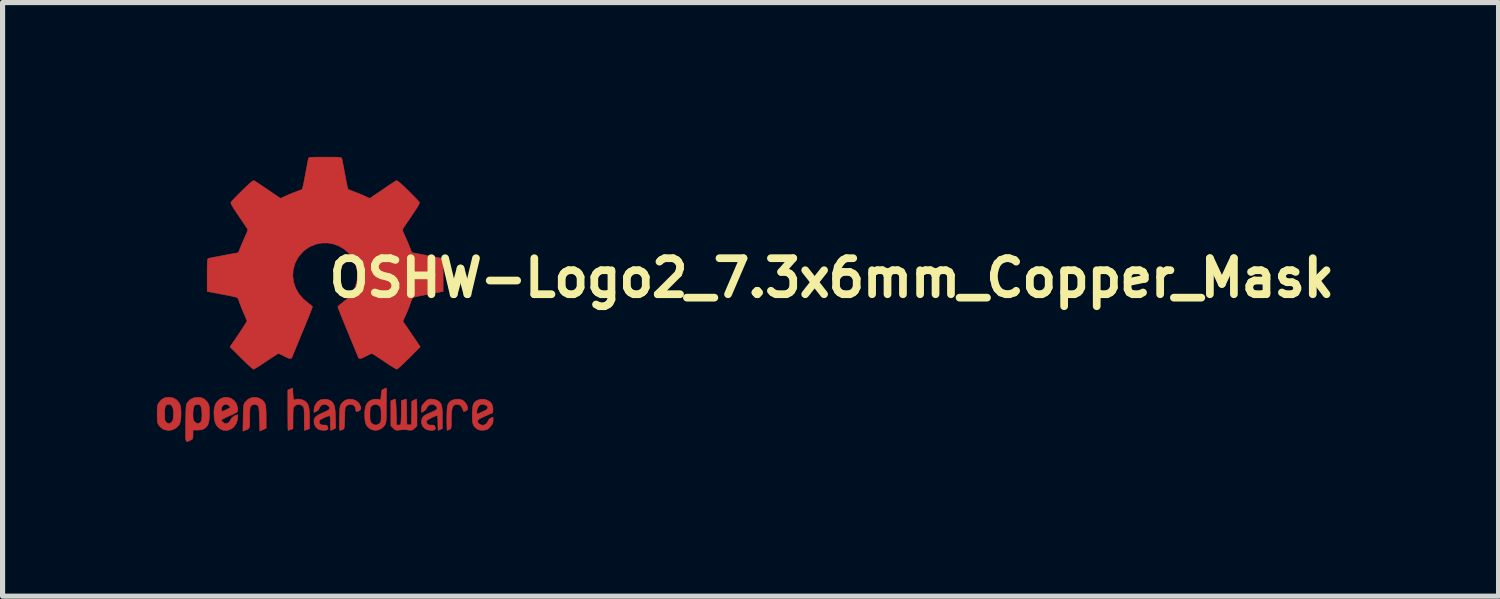
<source format=kicad_pcb>
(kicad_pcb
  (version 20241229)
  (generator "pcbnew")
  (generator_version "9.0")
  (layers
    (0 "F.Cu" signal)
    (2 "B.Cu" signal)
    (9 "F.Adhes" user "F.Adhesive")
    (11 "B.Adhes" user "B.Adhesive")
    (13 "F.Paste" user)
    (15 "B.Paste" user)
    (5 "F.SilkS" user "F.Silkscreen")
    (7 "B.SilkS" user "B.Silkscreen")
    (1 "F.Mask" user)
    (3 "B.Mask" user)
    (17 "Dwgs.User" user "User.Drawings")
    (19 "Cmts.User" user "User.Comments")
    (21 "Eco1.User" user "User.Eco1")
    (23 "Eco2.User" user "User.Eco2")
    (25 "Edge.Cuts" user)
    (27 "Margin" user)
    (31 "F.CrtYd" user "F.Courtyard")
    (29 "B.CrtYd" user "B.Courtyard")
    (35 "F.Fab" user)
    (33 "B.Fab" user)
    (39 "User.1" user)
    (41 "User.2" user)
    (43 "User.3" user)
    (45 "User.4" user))
  (footprint "OSHW-Logo2_7.3x6mm_Copper_Mask"
    (layer "F.Cu")
    (at 3.271 2.763)
    (property "Reference" "OSHW-Logo2_7.3x6mm_Copper_Mask" (at 0 0 0) (layer "F.SilkS") (effects (font (size 0.7 0.7) (thickness 0.15)) (justify left bottom)))
    (attr through_hole board_only exclude_from_pos_files exclude_from_bom)
    (fp_poly (pts (xy 2.652 1.958) (xy 2.669 1.966) (xy 2.711 1.999) (xy 2.746 2.046) (xy 2.768 2.097) (xy 2.772 2.122) (xy 2.76 2.156) (xy 2.734 2.175) (xy 2.705 2.186) (xy 2.693 2.188) (xy 2.686 2.173) (xy 2.674 2.141) (xy 2.669 2.126) (xy 2.638 2.075) (xy 2.594 2.05) (xy 2.538 2.051) (xy 2.533 2.052) (xy 2.503 2.066) (xy 2.481 2.094) (xy 2.466 2.139) (xy 2.457 2.204) (xy 2.453 2.293) (xy 2.452 2.341) (xy 2.452 2.416) (xy 2.451 2.467) (xy 2.448 2.499) (xy 2.442 2.518) (xy 2.431 2.529) (xy 2.416 2.537) (xy 2.415 2.537) (xy 2.386 2.549) (xy 2.372 2.554) (xy 2.37 2.54) (xy 2.368 2.502) (xy 2.366 2.445) (xy 2.365 2.374) (xy 2.365 2.321) (xy 2.366 2.22) (xy 2.37 2.143) (xy 2.377 2.086) (xy 2.389 2.044) (xy 2.407 2.014) (xy 2.432 1.99) (xy 2.457 1.973) (xy 2.517 1.951) (xy 2.586 1.946) (xy 2.652 1.958)) (stroke (width 0.01) (type solid)) (fill yes) (layer "F.Cu"))
    (fp_poly (pts (xy -1.284 1.927) (xy -1.238 1.954) (xy -1.205 1.981) (xy -1.182 2.009) (xy -1.165 2.043) (xy -1.155 2.089) (xy -1.15 2.15) (xy -1.147 2.233) (xy -1.147 2.293) (xy -1.147 2.512) (xy -1.209 2.54) (xy -1.27 2.567) (xy -1.278 2.327) (xy -1.281 2.238) (xy -1.284 2.172) (xy -1.288 2.128) (xy -1.293 2.098) (xy -1.3 2.08) (xy -1.31 2.069) (xy -1.313 2.067) (xy -1.361 2.048) (xy -1.409 2.055) (xy -1.437 2.075) (xy -1.449 2.089) (xy -1.457 2.108) (xy -1.462 2.136) (xy -1.465 2.179) (xy -1.466 2.241) (xy -1.466 2.307) (xy -1.466 2.389) (xy -1.468 2.447) (xy -1.473 2.486) (xy -1.483 2.511) (xy -1.5 2.528) (xy -1.526 2.541) (xy -1.561 2.554) (xy -1.599 2.569) (xy -1.594 2.311) (xy -1.593 2.218) (xy -1.59 2.149) (xy -1.587 2.1) (xy -1.583 2.066) (xy -1.576 2.041) (xy -1.566 2.022) (xy -1.555 2.004) (xy -1.499 1.949) (xy -1.432 1.917) (xy -1.358 1.91) (xy -1.284 1.927)) (stroke (width 0.01) (type solid)) (fill yes) (layer "F.Cu"))
    (fp_poly (pts (xy 0.529 1.949) (xy 0.595 1.974) (xy 0.649 2.017) (xy 0.67 2.047) (xy 0.692 2.102) (xy 0.692 2.143) (xy 0.668 2.17) (xy 0.659 2.174) (xy 0.621 2.189) (xy 0.602 2.185) (xy 0.595 2.161) (xy 0.595 2.148) (xy 0.582 2.099) (xy 0.551 2.064) (xy 0.507 2.048) (xy 0.458 2.052) (xy 0.418 2.074) (xy 0.405 2.086) (xy 0.395 2.101) (xy 0.389 2.124) (xy 0.385 2.159) (xy 0.382 2.212) (xy 0.38 2.287) (xy 0.379 2.311) (xy 0.377 2.393) (xy 0.375 2.451) (xy 0.372 2.489) (xy 0.367 2.513) (xy 0.358 2.526) (xy 0.346 2.534) (xy 0.339 2.538) (xy 0.307 2.55) (xy 0.288 2.554) (xy 0.281 2.54) (xy 0.278 2.499) (xy 0.276 2.43) (xy 0.277 2.333) (xy 0.277 2.318) (xy 0.28 2.229) (xy 0.282 2.165) (xy 0.286 2.119) (xy 0.291 2.086) (xy 0.299 2.063) (xy 0.31 2.043) (xy 0.316 2.035) (xy 0.35 1.998) (xy 0.387 1.969) (xy 0.392 1.966) (xy 0.459 1.946) (xy 0.529 1.949)) (stroke (width 0.01) (type solid)) (fill yes) (layer "F.Cu"))
    (fp_poly (pts (xy -0.625 1.851) (xy -0.62 1.91) (xy -0.615 1.945) (xy -0.609 1.96) (xy -0.599 1.961) (xy -0.596 1.959) (xy -0.553 1.946) (xy -0.497 1.946) (xy -0.441 1.96) (xy -0.405 1.977) (xy -0.369 2.005) (xy -0.343 2.037) (xy -0.325 2.077) (xy -0.313 2.131) (xy -0.307 2.203) (xy -0.305 2.298) (xy -0.305 2.317) (xy -0.305 2.522) (xy -0.351 2.538) (xy -0.383 2.549) (xy -0.401 2.554) (xy -0.402 2.554) (xy -0.404 2.54) (xy -0.405 2.503) (xy -0.406 2.446) (xy -0.407 2.375) (xy -0.407 2.332) (xy -0.407 2.246) (xy -0.408 2.185) (xy -0.411 2.144) (xy -0.415 2.116) (xy -0.423 2.098) (xy -0.434 2.084) (xy -0.44 2.078) (xy -0.487 2.051) (xy -0.538 2.049) (xy -0.584 2.071) (xy -0.593 2.08) (xy -0.606 2.095) (xy -0.614 2.113) (xy -0.62 2.139) (xy -0.623 2.179) (xy -0.624 2.237) (xy -0.625 2.318) (xy -0.625 2.522) (xy -0.67 2.538) (xy -0.703 2.549) (xy -0.721 2.554) (xy -0.722 2.54) (xy -0.724 2.501) (xy -0.725 2.44) (xy -0.725 2.362) (xy -0.726 2.269) (xy -0.726 2.166) (xy -0.726 1.769) (xy -0.679 1.749) (xy -0.632 1.729) (xy -0.625 1.851)) (stroke (width 0.01) (type solid)) (fill yes) (layer "F.Cu"))
    (fp_poly (pts (xy 1.779 1.958) (xy 1.782 1.996) (xy 1.783 2.054) (xy 1.784 2.128) (xy 1.785 2.205) (xy 1.785 2.465) (xy 1.739 2.511) (xy 1.707 2.539) (xy 1.679 2.55) (xy 1.641 2.55) (xy 1.626 2.548) (xy 1.579 2.542) (xy 1.54 2.539) (xy 1.531 2.539) (xy 1.499 2.541) (xy 1.453 2.546) (xy 1.435 2.548) (xy 1.392 2.551) (xy 1.362 2.544) (xy 1.333 2.521) (xy 1.323 2.511) (xy 1.277 2.465) (xy 1.277 1.978) (xy 1.314 1.961) (xy 1.346 1.949) (xy 1.364 1.944) (xy 1.369 1.958) (xy 1.373 1.997) (xy 1.377 2.056) (xy 1.38 2.131) (xy 1.382 2.195) (xy 1.386 2.445) (xy 1.42 2.45) (xy 1.452 2.447) (xy 1.467 2.436) (xy 1.472 2.415) (xy 1.475 2.371) (xy 1.478 2.309) (xy 1.48 2.234) (xy 1.48 2.196) (xy 1.48 1.976) (xy 1.526 1.96) (xy 1.558 1.95) (xy 1.576 1.944) (xy 1.578 1.958) (xy 1.58 1.996) (xy 1.582 2.054) (xy 1.584 2.127) (xy 1.585 2.195) (xy 1.589 2.445) (xy 1.676 2.445) (xy 1.68 2.217) (xy 1.684 1.988) (xy 1.726 1.966) (xy 1.758 1.951) (xy 1.776 1.944) (xy 1.777 1.944) (xy 1.779 1.958)) (stroke (width 0.01) (type solid)) (fill yes) (layer "F.Cu"))
    (fp_poly (pts (xy -2.959 1.921) (xy -2.891 1.957) (xy -2.841 2.015) (xy -2.823 2.052) (xy -2.809 2.107) (xy -2.802 2.178) (xy -2.802 2.254) (xy -2.807 2.329) (xy -2.818 2.394) (xy -2.835 2.44) (xy -2.84 2.448) (xy -2.9 2.508) (xy -2.972 2.544) (xy -3.049 2.555) (xy -3.128 2.538) (xy -3.15 2.529) (xy -3.192 2.499) (xy -3.23 2.459) (xy -3.233 2.454) (xy -3.248 2.43) (xy -3.257 2.404) (xy -3.263 2.37) (xy -3.265 2.321) (xy -3.266 2.25) (xy -3.266 2.235) (xy -3.266 2.23) (xy -3.121 2.23) (xy -3.12 2.296) (xy -3.117 2.34) (xy -3.11 2.368) (xy -3.098 2.388) (xy -3.092 2.394) (xy -3.057 2.419) (xy -3.024 2.418) (xy -2.99 2.397) (xy -2.969 2.374) (xy -2.957 2.34) (xy -2.95 2.287) (xy -2.95 2.281) (xy -2.949 2.185) (xy -2.961 2.114) (xy -2.986 2.068) (xy -3.024 2.047) (xy -3.038 2.046) (xy -3.073 2.052) (xy -3.098 2.071) (xy -3.112 2.109) (xy -3.12 2.168) (xy -3.121 2.23) (xy -3.266 2.23) (xy -3.266 2.16) (xy -3.263 2.108) (xy -3.258 2.071) (xy -3.25 2.045) (xy -3.236 2.021) (xy -3.234 2.017) (xy -3.184 1.958) (xy -3.13 1.923) (xy -3.065 1.91) (xy -3.043 1.909) (xy -2.959 1.921)) (stroke (width 0.01) (type solid)) (fill yes) (layer "F.Cu"))
    (fp_poly (pts (xy 3.153 1.966) (xy 3.211 2.004) (xy 3.238 2.038) (xy 3.26 2.099) (xy 3.262 2.147) (xy 3.258 2.211) (xy 3.109 2.276) (xy 3.037 2.31) (xy 2.99 2.336) (xy 2.965 2.36) (xy 2.961 2.382) (xy 2.974 2.407) (xy 2.989 2.423) (xy 3.033 2.45) (xy 3.081 2.452) (xy 3.125 2.431) (xy 3.157 2.39) (xy 3.163 2.376) (xy 3.19 2.331) (xy 3.222 2.312) (xy 3.265 2.295) (xy 3.265 2.357) (xy 3.261 2.4) (xy 3.246 2.435) (xy 3.215 2.476) (xy 3.21 2.482) (xy 3.175 2.518) (xy 3.145 2.538) (xy 3.107 2.547) (xy 3.076 2.55) (xy 3.02 2.55) (xy 2.98 2.541) (xy 2.955 2.527) (xy 2.916 2.497) (xy 2.889 2.464) (xy 2.872 2.423) (xy 2.863 2.367) (xy 2.859 2.291) (xy 2.859 2.252) (xy 2.86 2.206) (xy 2.948 2.206) (xy 2.949 2.231) (xy 2.951 2.235) (xy 2.968 2.229) (xy 3.004 2.215) (xy 3.052 2.194) (xy 3.062 2.189) (xy 3.123 2.158) (xy 3.156 2.131) (xy 3.163 2.106) (xy 3.146 2.08) (xy 3.131 2.069) (xy 3.079 2.046) (xy 3.03 2.05) (xy 2.989 2.077) (xy 2.96 2.127) (xy 2.951 2.166) (xy 2.948 2.206) (xy 2.86 2.206) (xy 2.861 2.162) (xy 2.868 2.095) (xy 2.881 2.046) (xy 2.904 2.01) (xy 2.936 1.982) (xy 2.95 1.973) (xy 3.015 1.949) (xy 3.085 1.948) (xy 3.153 1.966)) (stroke (width 0.01) (type solid)) (fill yes) (layer "F.Cu"))
    (fp_poly (pts (xy -1.832 1.931) (xy -1.775 1.969) (xy -1.731 2.025) (xy -1.704 2.096) (xy -1.699 2.148) (xy -1.7 2.169) (xy -1.705 2.186) (xy -1.719 2.201) (xy -1.746 2.217) (xy -1.791 2.239) (xy -1.858 2.269) (xy -1.92 2.297) (xy -1.971 2.322) (xy -2.005 2.342) (xy -2.018 2.352) (xy -2.007 2.376) (xy -1.98 2.401) (xy -1.95 2.42) (xy -1.934 2.423) (xy -1.892 2.411) (xy -1.856 2.379) (xy -1.838 2.344) (xy -1.821 2.318) (xy -1.788 2.289) (xy -1.748 2.264) (xy -1.714 2.25) (xy -1.707 2.249) (xy -1.698 2.262) (xy -1.698 2.293) (xy -1.704 2.336) (xy -1.715 2.382) (xy -1.731 2.422) (xy -1.731 2.424) (xy -1.778 2.489) (xy -1.838 2.533) (xy -1.906 2.554) (xy -1.977 2.552) (xy -2.045 2.523) (xy -2.048 2.521) (xy -2.101 2.473) (xy -2.136 2.41) (xy -2.156 2.327) (xy -2.158 2.304) (xy -2.163 2.194) (xy -2.157 2.142) (xy -2.018 2.142) (xy -2.016 2.174) (xy -2.006 2.184) (xy -1.982 2.177) (xy -1.943 2.16) (xy -1.899 2.139) (xy -1.898 2.139) (xy -1.861 2.119) (xy -1.847 2.107) (xy -1.85 2.093) (xy -1.866 2.075) (xy -1.905 2.049) (xy -1.947 2.047) (xy -1.984 2.066) (xy -2.01 2.102) (xy -2.018 2.142) (xy -2.157 2.142) (xy -2.153 2.106) (xy -2.129 2.036) (xy -2.095 1.987) (xy -2.034 1.937) (xy -1.966 1.913) (xy -1.898 1.911) (xy -1.832 1.931)) (stroke (width 0.01) (type solid)) (fill yes) (layer "F.Cu"))
    (fp_poly (pts (xy 1.19 2.065) (xy 1.189 2.173) (xy 1.189 2.257) (xy 1.187 2.319) (xy 1.185 2.365) (xy 1.18 2.397) (xy 1.175 2.42) (xy 1.167 2.438) (xy 1.161 2.449) (xy 1.111 2.505) (xy 1.049 2.541) (xy 0.98 2.554) (xy 0.91 2.542) (xy 0.869 2.521) (xy 0.826 2.485) (xy 0.796 2.441) (xy 0.778 2.383) (xy 0.77 2.306) (xy 0.769 2.249) (xy 0.769 2.245) (xy 0.87 2.245) (xy 0.871 2.31) (xy 0.874 2.353) (xy 0.88 2.381) (xy 0.892 2.401) (xy 0.906 2.417) (xy 0.953 2.446) (xy 1.003 2.449) (xy 1.051 2.424) (xy 1.054 2.421) (xy 1.07 2.403) (xy 1.08 2.383) (xy 1.086 2.352) (xy 1.088 2.304) (xy 1.088 2.251) (xy 1.087 2.185) (xy 1.084 2.141) (xy 1.078 2.112) (xy 1.066 2.091) (xy 1.057 2.08) (xy 1.012 2.052) (xy 0.962 2.048) (xy 0.913 2.07) (xy 0.904 2.078) (xy 0.888 2.095) (xy 0.878 2.116) (xy 0.873 2.147) (xy 0.871 2.196) (xy 0.87 2.245) (xy 0.769 2.245) (xy 0.772 2.158) (xy 0.784 2.09) (xy 0.807 2.038) (xy 0.842 1.998) (xy 0.869 1.977) (xy 0.918 1.955) (xy 0.976 1.945) (xy 1.029 1.948) (xy 1.059 1.959) (xy 1.071 1.962) (xy 1.079 1.95) (xy 1.084 1.918) (xy 1.088 1.87) (xy 1.093 1.816) (xy 1.099 1.784) (xy 1.11 1.765) (xy 1.13 1.753) (xy 1.142 1.748) (xy 1.19 1.728) (xy 1.19 2.065)) (stroke (width 0.01) (type solid)) (fill yes) (layer "F.Cu"))
    (fp_poly (pts (xy 0.039 1.95) (xy 0.096 1.972) (xy 0.097 1.972) (xy 0.132 1.998) (xy 0.158 2.028) (xy 0.176 2.068) (xy 0.188 2.121) (xy 0.196 2.193) (xy 0.2 2.289) (xy 0.2 2.303) (xy 0.205 2.508) (xy 0.161 2.531) (xy 0.129 2.547) (xy 0.11 2.554) (xy 0.109 2.554) (xy 0.106 2.541) (xy 0.103 2.504) (xy 0.101 2.451) (xy 0.101 2.408) (xy 0.101 2.338) (xy 0.098 2.294) (xy 0.087 2.273) (xy 0.063 2.272) (xy 0.022 2.288) (xy -0.04 2.317) (xy -0.086 2.341) (xy -0.11 2.362) (xy -0.117 2.385) (xy -0.117 2.386) (xy -0.105 2.426) (xy -0.071 2.447) (xy -0.02 2.45) (xy 0.018 2.45) (xy 0.037 2.46) (xy 0.049 2.486) (xy 0.057 2.519) (xy 0.046 2.537) (xy 0.043 2.54) (xy 0.007 2.551) (xy -0.044 2.552) (xy -0.096 2.545) (xy -0.133 2.532) (xy -0.184 2.489) (xy -0.212 2.429) (xy -0.218 2.382) (xy -0.214 2.34) (xy -0.198 2.305) (xy -0.167 2.274) (xy -0.116 2.243) (xy -0.041 2.209) (xy -0.037 2.207) (xy 0.03 2.176) (xy 0.072 2.15) (xy 0.089 2.128) (xy 0.086 2.104) (xy 0.062 2.078) (xy 0.055 2.071) (xy 0.008 2.048) (xy -0.041 2.049) (xy -0.083 2.072) (xy -0.111 2.115) (xy -0.114 2.124) (xy -0.139 2.165) (xy -0.171 2.185) (xy -0.218 2.204) (xy -0.218 2.153) (xy -0.204 2.08) (xy -0.162 2.012) (xy -0.14 1.989) (xy -0.09 1.96) (xy -0.027 1.947) (xy 0.039 1.95)) (stroke (width 0.01) (type solid)) (fill yes) (layer "F.Cu"))
    (fp_poly (pts (xy -2.401 1.919) (xy -2.345 1.947) (xy -2.296 1.998) (xy -2.283 2.017) (xy -2.268 2.042) (xy -2.259 2.068) (xy -2.253 2.104) (xy -2.251 2.156) (xy -2.25 2.224) (xy -2.253 2.317) (xy -2.261 2.387) (xy -2.277 2.439) (xy -2.303 2.479) (xy -2.34 2.512) (xy -2.343 2.514) (xy -2.379 2.534) (xy -2.423 2.544) (xy -2.479 2.547) (xy -2.569 2.547) (xy -2.569 2.635) (xy -2.57 2.684) (xy -2.575 2.713) (xy -2.589 2.73) (xy -2.615 2.744) (xy -2.621 2.747) (xy -2.65 2.761) (xy -2.672 2.77) (xy -2.689 2.771) (xy -2.7 2.761) (xy -2.708 2.737) (xy -2.712 2.696) (xy -2.714 2.636) (xy -2.713 2.553) (xy -2.712 2.445) (xy -2.712 2.412) (xy -2.71 2.301) (xy -2.709 2.228) (xy -2.57 2.228) (xy -2.569 2.29) (xy -2.565 2.33) (xy -2.557 2.357) (xy -2.543 2.378) (xy -2.534 2.388) (xy -2.495 2.417) (xy -2.461 2.419) (xy -2.425 2.395) (xy -2.424 2.394) (xy -2.41 2.376) (xy -2.401 2.35) (xy -2.397 2.311) (xy -2.395 2.251) (xy -2.395 2.238) (xy -2.399 2.155) (xy -2.41 2.098) (xy -2.429 2.063) (xy -2.459 2.048) (xy -2.476 2.046) (xy -2.517 2.053) (xy -2.545 2.078) (xy -2.561 2.122) (xy -2.569 2.191) (xy -2.57 2.228) (xy -2.709 2.228) (xy -2.709 2.215) (xy -2.707 2.15) (xy -2.704 2.102) (xy -2.7 2.069) (xy -2.695 2.045) (xy -2.687 2.027) (xy -2.678 2.012) (xy -2.674 2.006) (xy -2.619 1.951) (xy -2.55 1.919) (xy -2.47 1.911) (xy -2.401 1.919)) (stroke (width 0.01) (type solid)) (fill yes) (layer "F.Cu"))
    (fp_poly (pts (xy 2.144 1.956) (xy 2.186 1.975) (xy 2.219 1.998) (xy 2.243 2.024) (xy 2.26 2.057) (xy 2.27 2.102) (xy 2.276 2.165) (xy 2.278 2.249) (xy 2.278 2.304) (xy 2.278 2.52) (xy 2.241 2.537) (xy 2.212 2.549) (xy 2.198 2.554) (xy 2.195 2.541) (xy 2.193 2.504) (xy 2.191 2.451) (xy 2.191 2.409) (xy 2.19 2.348) (xy 2.187 2.3) (xy 2.182 2.27) (xy 2.178 2.264) (xy 2.152 2.27) (xy 2.112 2.287) (xy 2.065 2.309) (xy 2.02 2.333) (xy 1.986 2.354) (xy 1.97 2.369) (xy 1.969 2.369) (xy 1.971 2.397) (xy 1.983 2.423) (xy 2.005 2.444) (xy 2.037 2.451) (xy 2.065 2.45) (xy 2.103 2.45) (xy 2.124 2.459) (xy 2.136 2.483) (xy 2.137 2.487) (xy 2.143 2.521) (xy 2.129 2.542) (xy 2.092 2.552) (xy 2.052 2.554) (xy 1.98 2.54) (xy 1.943 2.521) (xy 1.897 2.475) (xy 1.873 2.419) (xy 1.871 2.36) (xy 1.891 2.305) (xy 1.922 2.271) (xy 1.953 2.252) (xy 2.001 2.227) (xy 2.058 2.202) (xy 2.067 2.199) (xy 2.13 2.171) (xy 2.165 2.147) (xy 2.177 2.123) (xy 2.166 2.096) (xy 2.148 2.075) (xy 2.104 2.049) (xy 2.056 2.047) (xy 2.012 2.067) (xy 1.98 2.107) (xy 1.976 2.117) (xy 1.952 2.155) (xy 1.916 2.183) (xy 1.872 2.206) (xy 1.872 2.141) (xy 1.874 2.101) (xy 1.886 2.069) (xy 1.911 2.036) (xy 1.935 2.01) (xy 1.972 1.973) (xy 2.001 1.954) (xy 2.032 1.946) (xy 2.067 1.944) (xy 2.144 1.956)) (stroke (width 0.01) (type solid)) (fill yes) (layer "F.Cu"))
    (fp_poly (pts (xy 0.103 -2.758) (xy 0.182 -2.758) (xy 0.239 -2.757) (xy 0.278 -2.754) (xy 0.302 -2.751) (xy 0.316 -2.745) (xy 0.322 -2.737) (xy 0.326 -2.727) (xy 0.326 -2.726) (xy 0.331 -2.701) (xy 0.34 -2.654) (xy 0.353 -2.588) (xy 0.368 -2.508) (xy 0.384 -2.421) (xy 0.385 -2.418) (xy 0.401 -2.332) (xy 0.416 -2.256) (xy 0.429 -2.194) (xy 0.44 -2.152) (xy 0.446 -2.134) (xy 0.446 -2.133) (xy 0.464 -2.124) (xy 0.502 -2.109) (xy 0.551 -2.091) (xy 0.613 -2.068) (xy 0.685 -2.039) (xy 0.754 -2.009) (xy 0.757 -2.007) (xy 0.868 -1.957) (xy 1.115 -2.125) (xy 1.191 -2.177) (xy 1.259 -2.223) (xy 1.317 -2.26) (xy 1.359 -2.288) (xy 1.382 -2.302) (xy 1.385 -2.303) (xy 1.402 -2.298) (xy 1.433 -2.276) (xy 1.481 -2.235) (xy 1.546 -2.175) (xy 1.612 -2.11) (xy 1.676 -2.047) (xy 1.733 -1.989) (xy 1.78 -1.94) (xy 1.813 -1.904) (xy 1.83 -1.885) (xy 1.83 -1.883) (xy 1.832 -1.87) (xy 1.825 -1.848) (xy 1.808 -1.814) (xy 1.779 -1.766) (xy 1.736 -1.7) (xy 1.679 -1.615) (xy 1.628 -1.54) (xy 1.583 -1.473) (xy 1.546 -1.418) (xy 1.519 -1.378) (xy 1.505 -1.358) (xy 1.505 -1.356) (xy 1.506 -1.336) (xy 1.519 -1.298) (xy 1.54 -1.249) (xy 1.547 -1.233) (xy 1.579 -1.162) (xy 1.614 -1.082) (xy 1.642 -1.013) (xy 1.662 -0.961) (xy 1.678 -0.922) (xy 1.687 -0.902) (xy 1.689 -0.9) (xy 1.706 -0.898) (xy 1.746 -0.891) (xy 1.804 -0.88) (xy 1.874 -0.867) (xy 1.952 -0.852) (xy 2.031 -0.837) (xy 2.107 -0.822) (xy 2.174 -0.809) (xy 2.226 -0.799) (xy 2.259 -0.792) (xy 2.267 -0.79) (xy 2.276 -0.786) (xy 2.282 -0.775) (xy 2.287 -0.754) (xy 2.29 -0.721) (xy 2.291 -0.67) (xy 2.292 -0.599) (xy 2.293 -0.504) (xy 2.293 -0.465) (xy 2.293 -0.148) (xy 2.217 -0.133) (xy 2.174 -0.125) (xy 2.111 -0.113) (xy 2.034 -0.098) (xy 1.953 -0.083) (xy 1.93 -0.079) (xy 1.854 -0.064) (xy 1.788 -0.05) (xy 1.738 -0.037) (xy 1.708 -0.027) (xy 1.703 -0.024) (xy 1.691 -0.003) (xy 1.673 0.037) (xy 1.654 0.09) (xy 1.65 0.101) (xy 1.625 0.171) (xy 1.593 0.25) (xy 1.562 0.321) (xy 1.511 0.432) (xy 1.68 0.681) (xy 1.849 0.929) (xy 1.632 1.147) (xy 1.566 1.211) (xy 1.506 1.268) (xy 1.456 1.315) (xy 1.418 1.347) (xy 1.395 1.363) (xy 1.392 1.364) (xy 1.373 1.356) (xy 1.335 1.334) (xy 1.281 1.301) (xy 1.216 1.259) (xy 1.145 1.211) (xy 1.074 1.163) (xy 1.01 1.121) (xy 0.959 1.088) (xy 0.922 1.067) (xy 0.906 1.059) (xy 0.887 1.066) (xy 0.849 1.083) (xy 0.802 1.107) (xy 0.797 1.11) (xy 0.733 1.141) (xy 0.69 1.157) (xy 0.663 1.157) (xy 0.649 1.143) (xy 0.648 1.142) (xy 0.641 1.125) (xy 0.625 1.084) (xy 0.599 1.023) (xy 0.567 0.944) (xy 0.528 0.851) (xy 0.485 0.748) (xy 0.444 0.647) (xy 0.398 0.536) (xy 0.356 0.433) (xy 0.319 0.342) (xy 0.288 0.265) (xy 0.265 0.205) (xy 0.251 0.167) (xy 0.246 0.152) (xy 0.257 0.136) (xy 0.287 0.109) (xy 0.325 0.08) (xy 0.436 -0.011) (xy 0.523 -0.117) (xy 0.584 -0.233) (xy 0.619 -0.359) (xy 0.627 -0.491) (xy 0.621 -0.552) (xy 0.591 -0.679) (xy 0.537 -0.791) (xy 0.465 -0.886) (xy 0.377 -0.965) (xy 0.277 -1.026) (xy 0.168 -1.068) (xy 0.053 -1.089) (xy -0.065 -1.089) (xy -0.182 -1.066) (xy -0.295 -1.02) (xy -0.4 -0.949) (xy -0.444 -0.909) (xy -0.529 -0.805) (xy -0.587 -0.693) (xy -0.621 -0.573) (xy -0.629 -0.451) (xy -0.614 -0.33) (xy -0.574 -0.211) (xy -0.51 -0.1) (xy -0.423 0.001) (xy -0.326 0.08) (xy -0.286 0.111) (xy -0.258 0.137) (xy -0.247 0.152) (xy -0.253 0.169) (xy -0.268 0.21) (xy -0.292 0.271) (xy -0.323 0.35) (xy -0.361 0.442) (xy -0.403 0.546) (xy -0.445 0.647) (xy -0.491 0.758) (xy -0.533 0.861) (xy -0.571 0.953) (xy -0.603 1.03) (xy -0.628 1.089) (xy -0.644 1.128) (xy -0.65 1.142) (xy -0.664 1.157) (xy -0.691 1.157) (xy -0.734 1.142) (xy -0.798 1.11) (xy -0.846 1.085) (xy -0.885 1.067) (xy -0.906 1.059) (xy -0.907 1.059) (xy -0.924 1.067) (xy -0.96 1.089) (xy -1.012 1.122) (xy -1.076 1.164) (xy -1.146 1.211) (xy -1.218 1.26) (xy -1.283 1.302) (xy -1.337 1.335) (xy -1.375 1.356) (xy -1.393 1.364) (xy -1.41 1.354) (xy -1.443 1.326) (xy -1.49 1.284) (xy -1.548 1.23) (xy -1.612 1.167) (xy -1.633 1.146) (xy -1.85 0.929) (xy -1.685 0.687) (xy -1.635 0.612) (xy -1.591 0.545) (xy -1.555 0.49) (xy -1.531 0.45) (xy -1.52 0.43) (xy -1.52 0.428) (xy -1.525 0.409) (xy -1.541 0.369) (xy -1.563 0.317) (xy -1.579 0.282) (xy -1.608 0.215) (xy -1.635 0.147) (xy -1.657 0.09) (xy -1.663 0.072) (xy -1.679 0.025) (xy -1.695 -0.011) (xy -1.704 -0.024) (xy -1.724 -0.033) (xy -1.766 -0.044) (xy -1.826 -0.058) (xy -1.899 -0.073) (xy -1.931 -0.079) (xy -2.013 -0.094) (xy -2.092 -0.109) (xy -2.159 -0.122) (xy -2.208 -0.131) (xy -2.218 -0.133) (xy -2.294 -0.148) (xy -2.294 -0.465) (xy -2.294 -0.569) (xy -2.293 -0.648) (xy -2.291 -0.705) (xy -2.289 -0.745) (xy -2.285 -0.769) (xy -2.279 -0.783) (xy -2.271 -0.789) (xy -2.268 -0.79) (xy -2.25 -0.795) (xy -2.208 -0.803) (xy -2.149 -0.815) (xy -2.078 -0.828) (xy -2 -0.843) (xy -1.921 -0.858) (xy -1.845 -0.872) (xy -1.779 -0.885) (xy -1.728 -0.894) (xy -1.697 -0.899) (xy -1.69 -0.9) (xy -1.683 -0.913) (xy -1.669 -0.946) (xy -1.65 -0.994) (xy -1.643 -1.013) (xy -1.614 -1.085) (xy -1.579 -1.165) (xy -1.548 -1.233) (xy -1.525 -1.284) (xy -1.51 -1.327) (xy -1.505 -1.353) (xy -1.506 -1.356) (xy -1.516 -1.373) (xy -1.541 -1.409) (xy -1.576 -1.462) (xy -1.62 -1.527) (xy -1.67 -1.6) (xy -1.68 -1.615) (xy -1.738 -1.701) (xy -1.781 -1.766) (xy -1.809 -1.814) (xy -1.826 -1.848) (xy -1.833 -1.87) (xy -1.831 -1.883) (xy -1.817 -1.901) (xy -1.785 -1.936) (xy -1.739 -1.983) (xy -1.683 -2.04) (xy -1.62 -2.103) (xy -1.613 -2.11) (xy -1.533 -2.187) (xy -1.472 -2.244) (xy -1.427 -2.281) (xy -1.398 -2.3) (xy -1.386 -2.303) (xy -1.367 -2.292) (xy -1.329 -2.268) (xy -1.274 -2.232) (xy -1.208 -2.188) (xy -1.133 -2.137) (xy -1.116 -2.125) (xy -0.869 -1.957) (xy -0.758 -2.007) (xy -0.69 -2.037) (xy -0.617 -2.067) (xy -0.555 -2.09) (xy -0.552 -2.091) (xy -0.503 -2.109) (xy -0.465 -2.124) (xy -0.447 -2.133) (xy -0.441 -2.15) (xy -0.431 -2.19) (xy -0.418 -2.25) (xy -0.403 -2.325) (xy -0.387 -2.41) (xy -0.386 -2.418) (xy -0.369 -2.505) (xy -0.354 -2.585) (xy -0.342 -2.652) (xy -0.332 -2.7) (xy -0.327 -2.725) (xy -0.327 -2.726) (xy -0.324 -2.736) (xy -0.318 -2.744) (xy -0.305 -2.75) (xy -0.282 -2.754) (xy -0.245 -2.756) (xy -0.19 -2.758) (xy -0.114 -2.758) (xy -0.014 -2.758) (xy 0 -2.758) (xy 0.103 -2.758)) (stroke (width 0.01) (type solid)) (fill yes) (layer "F.Cu"))
    (fp_poly (pts (xy 2.652 1.958) (xy 2.669 1.966) (xy 2.711 1.999) (xy 2.746 2.046) (xy 2.768 2.097) (xy 2.772 2.122) (xy 2.76 2.156) (xy 2.734 2.175) (xy 2.705 2.186) (xy 2.693 2.188) (xy 2.686 2.173) (xy 2.674 2.141) (xy 2.669 2.126) (xy 2.638 2.075) (xy 2.594 2.05) (xy 2.538 2.051) (xy 2.533 2.052) (xy 2.503 2.066) (xy 2.481 2.094) (xy 2.466 2.139) (xy 2.457 2.204) (xy 2.453 2.293) (xy 2.452 2.341) (xy 2.452 2.416) (xy 2.451 2.467) (xy 2.448 2.499) (xy 2.442 2.518) (xy 2.431 2.529) (xy 2.416 2.537) (xy 2.415 2.537) (xy 2.386 2.549) (xy 2.372 2.554) (xy 2.37 2.54) (xy 2.368 2.502) (xy 2.366 2.445) (xy 2.365 2.374) (xy 2.365 2.321) (xy 2.366 2.22) (xy 2.37 2.143) (xy 2.377 2.086) (xy 2.389 2.044) (xy 2.407 2.014) (xy 2.432 1.99) (xy 2.457 1.973) (xy 2.517 1.951) (xy 2.586 1.946) (xy 2.652 1.958)) (stroke (width 0.01) (type solid)) (fill yes) (layer "F.Mask"))
    (fp_poly (pts (xy -1.284 1.927) (xy -1.238 1.954) (xy -1.205 1.981) (xy -1.182 2.009) (xy -1.165 2.043) (xy -1.155 2.089) (xy -1.15 2.15) (xy -1.147 2.233) (xy -1.147 2.293) (xy -1.147 2.512) (xy -1.209 2.54) (xy -1.27 2.567) (xy -1.278 2.327) (xy -1.281 2.238) (xy -1.284 2.172) (xy -1.288 2.128) (xy -1.293 2.098) (xy -1.3 2.08) (xy -1.31 2.069) (xy -1.313 2.067) (xy -1.361 2.048) (xy -1.409 2.055) (xy -1.437 2.075) (xy -1.449 2.089) (xy -1.457 2.108) (xy -1.462 2.136) (xy -1.465 2.179) (xy -1.466 2.241) (xy -1.466 2.307) (xy -1.466 2.389) (xy -1.468 2.447) (xy -1.473 2.486) (xy -1.483 2.511) (xy -1.5 2.528) (xy -1.526 2.541) (xy -1.561 2.554) (xy -1.599 2.569) (xy -1.594 2.311) (xy -1.593 2.218) (xy -1.59 2.149) (xy -1.587 2.1) (xy -1.583 2.066) (xy -1.576 2.041) (xy -1.566 2.022) (xy -1.555 2.004) (xy -1.499 1.949) (xy -1.432 1.917) (xy -1.358 1.91) (xy -1.284 1.927)) (stroke (width 0.01) (type solid)) (fill yes) (layer "F.Mask"))
    (fp_poly (pts (xy 0.529 1.949) (xy 0.595 1.974) (xy 0.649 2.017) (xy 0.67 2.047) (xy 0.692 2.102) (xy 0.692 2.143) (xy 0.668 2.17) (xy 0.659 2.174) (xy 0.621 2.189) (xy 0.602 2.185) (xy 0.595 2.161) (xy 0.595 2.148) (xy 0.582 2.099) (xy 0.551 2.064) (xy 0.507 2.048) (xy 0.458 2.052) (xy 0.418 2.074) (xy 0.405 2.086) (xy 0.395 2.101) (xy 0.389 2.124) (xy 0.385 2.159) (xy 0.382 2.212) (xy 0.38 2.287) (xy 0.379 2.311) (xy 0.377 2.393) (xy 0.375 2.451) (xy 0.372 2.489) (xy 0.367 2.513) (xy 0.358 2.526) (xy 0.346 2.534) (xy 0.339 2.538) (xy 0.307 2.55) (xy 0.288 2.554) (xy 0.281 2.54) (xy 0.278 2.499) (xy 0.276 2.43) (xy 0.277 2.333) (xy 0.277 2.318) (xy 0.28 2.229) (xy 0.282 2.165) (xy 0.286 2.119) (xy 0.291 2.086) (xy 0.299 2.063) (xy 0.31 2.043) (xy 0.316 2.035) (xy 0.35 1.998) (xy 0.387 1.969) (xy 0.392 1.966) (xy 0.459 1.946) (xy 0.529 1.949)) (stroke (width 0.01) (type solid)) (fill yes) (layer "F.Mask"))
    (fp_poly (pts (xy -0.625 1.851) (xy -0.62 1.91) (xy -0.615 1.945) (xy -0.609 1.96) (xy -0.599 1.961) (xy -0.596 1.959) (xy -0.553 1.946) (xy -0.497 1.946) (xy -0.441 1.96) (xy -0.405 1.977) (xy -0.369 2.005) (xy -0.343 2.037) (xy -0.325 2.077) (xy -0.313 2.131) (xy -0.307 2.203) (xy -0.305 2.298) (xy -0.305 2.317) (xy -0.305 2.522) (xy -0.351 2.538) (xy -0.383 2.549) (xy -0.401 2.554) (xy -0.402 2.554) (xy -0.404 2.54) (xy -0.405 2.503) (xy -0.406 2.446) (xy -0.407 2.375) (xy -0.407 2.332) (xy -0.407 2.246) (xy -0.408 2.185) (xy -0.411 2.144) (xy -0.415 2.116) (xy -0.423 2.098) (xy -0.434 2.084) (xy -0.44 2.078) (xy -0.487 2.051) (xy -0.538 2.049) (xy -0.584 2.071) (xy -0.593 2.08) (xy -0.606 2.095) (xy -0.614 2.113) (xy -0.62 2.139) (xy -0.623 2.179) (xy -0.624 2.237) (xy -0.625 2.318) (xy -0.625 2.522) (xy -0.67 2.538) (xy -0.703 2.549) (xy -0.721 2.554) (xy -0.722 2.54) (xy -0.724 2.501) (xy -0.725 2.44) (xy -0.725 2.362) (xy -0.726 2.269) (xy -0.726 2.166) (xy -0.726 1.769) (xy -0.679 1.749) (xy -0.632 1.729) (xy -0.625 1.851)) (stroke (width 0.01) (type solid)) (fill yes) (layer "F.Mask"))
    (fp_poly (pts (xy 1.779 1.958) (xy 1.782 1.996) (xy 1.783 2.054) (xy 1.784 2.128) (xy 1.785 2.205) (xy 1.785 2.465) (xy 1.739 2.511) (xy 1.707 2.539) (xy 1.679 2.55) (xy 1.641 2.55) (xy 1.626 2.548) (xy 1.579 2.542) (xy 1.54 2.539) (xy 1.531 2.539) (xy 1.499 2.541) (xy 1.453 2.546) (xy 1.435 2.548) (xy 1.392 2.551) (xy 1.362 2.544) (xy 1.333 2.521) (xy 1.323 2.511) (xy 1.277 2.465) (xy 1.277 1.978) (xy 1.314 1.961) (xy 1.346 1.949) (xy 1.364 1.944) (xy 1.369 1.958) (xy 1.373 1.997) (xy 1.377 2.056) (xy 1.38 2.131) (xy 1.382 2.195) (xy 1.386 2.445) (xy 1.42 2.45) (xy 1.452 2.447) (xy 1.467 2.436) (xy 1.472 2.415) (xy 1.475 2.371) (xy 1.478 2.309) (xy 1.48 2.234) (xy 1.48 2.196) (xy 1.48 1.976) (xy 1.526 1.96) (xy 1.558 1.95) (xy 1.576 1.944) (xy 1.578 1.958) (xy 1.58 1.996) (xy 1.582 2.054) (xy 1.584 2.127) (xy 1.585 2.195) (xy 1.589 2.445) (xy 1.676 2.445) (xy 1.68 2.217) (xy 1.684 1.988) (xy 1.726 1.966) (xy 1.758 1.951) (xy 1.776 1.944) (xy 1.777 1.944) (xy 1.779 1.958)) (stroke (width 0.01) (type solid)) (fill yes) (layer "F.Mask"))
    (fp_poly (pts (xy -2.959 1.921) (xy -2.891 1.957) (xy -2.841 2.015) (xy -2.823 2.052) (xy -2.809 2.107) (xy -2.802 2.178) (xy -2.802 2.254) (xy -2.807 2.329) (xy -2.818 2.394) (xy -2.835 2.44) (xy -2.84 2.448) (xy -2.9 2.508) (xy -2.972 2.544) (xy -3.049 2.555) (xy -3.128 2.538) (xy -3.15 2.529) (xy -3.192 2.499) (xy -3.23 2.459) (xy -3.233 2.454) (xy -3.248 2.43) (xy -3.257 2.404) (xy -3.263 2.37) (xy -3.265 2.321) (xy -3.266 2.25) (xy -3.266 2.235) (xy -3.266 2.23) (xy -3.121 2.23) (xy -3.12 2.296) (xy -3.117 2.34) (xy -3.11 2.368) (xy -3.098 2.388) (xy -3.092 2.394) (xy -3.057 2.419) (xy -3.024 2.418) (xy -2.99 2.397) (xy -2.969 2.374) (xy -2.957 2.34) (xy -2.95 2.287) (xy -2.95 2.281) (xy -2.949 2.185) (xy -2.961 2.114) (xy -2.986 2.068) (xy -3.024 2.047) (xy -3.038 2.046) (xy -3.073 2.052) (xy -3.098 2.071) (xy -3.112 2.109) (xy -3.12 2.168) (xy -3.121 2.23) (xy -3.266 2.23) (xy -3.266 2.16) (xy -3.263 2.108) (xy -3.258 2.071) (xy -3.25 2.045) (xy -3.236 2.021) (xy -3.234 2.017) (xy -3.184 1.958) (xy -3.13 1.923) (xy -3.065 1.91) (xy -3.043 1.909) (xy -2.959 1.921)) (stroke (width 0.01) (type solid)) (fill yes) (layer "F.Mask"))
    (fp_poly (pts (xy 3.153 1.966) (xy 3.211 2.004) (xy 3.238 2.038) (xy 3.26 2.099) (xy 3.262 2.147) (xy 3.258 2.211) (xy 3.109 2.276) (xy 3.037 2.31) (xy 2.99 2.336) (xy 2.965 2.36) (xy 2.961 2.382) (xy 2.974 2.407) (xy 2.989 2.423) (xy 3.033 2.45) (xy 3.081 2.452) (xy 3.125 2.431) (xy 3.157 2.39) (xy 3.163 2.376) (xy 3.19 2.331) (xy 3.222 2.312) (xy 3.265 2.295) (xy 3.265 2.357) (xy 3.261 2.4) (xy 3.246 2.435) (xy 3.215 2.476) (xy 3.21 2.482) (xy 3.175 2.518) (xy 3.145 2.538) (xy 3.107 2.547) (xy 3.076 2.55) (xy 3.02 2.55) (xy 2.98 2.541) (xy 2.955 2.527) (xy 2.916 2.497) (xy 2.889 2.464) (xy 2.872 2.423) (xy 2.863 2.367) (xy 2.859 2.291) (xy 2.859 2.252) (xy 2.86 2.206) (xy 2.948 2.206) (xy 2.949 2.231) (xy 2.951 2.235) (xy 2.968 2.229) (xy 3.004 2.215) (xy 3.052 2.194) (xy 3.062 2.189) (xy 3.123 2.158) (xy 3.156 2.131) (xy 3.163 2.106) (xy 3.146 2.08) (xy 3.131 2.069) (xy 3.079 2.046) (xy 3.03 2.05) (xy 2.989 2.077) (xy 2.96 2.127) (xy 2.951 2.166) (xy 2.948 2.206) (xy 2.86 2.206) (xy 2.861 2.162) (xy 2.868 2.095) (xy 2.881 2.046) (xy 2.904 2.01) (xy 2.936 1.982) (xy 2.95 1.973) (xy 3.015 1.949) (xy 3.085 1.948) (xy 3.153 1.966)) (stroke (width 0.01) (type solid)) (fill yes) (layer "F.Mask"))
    (fp_poly (pts (xy -1.832 1.931) (xy -1.775 1.969) (xy -1.731 2.025) (xy -1.704 2.096) (xy -1.699 2.148) (xy -1.7 2.169) (xy -1.705 2.186) (xy -1.719 2.201) (xy -1.746 2.217) (xy -1.791 2.239) (xy -1.858 2.269) (xy -1.92 2.297) (xy -1.971 2.322) (xy -2.005 2.342) (xy -2.018 2.352) (xy -2.007 2.376) (xy -1.98 2.401) (xy -1.95 2.42) (xy -1.934 2.423) (xy -1.892 2.411) (xy -1.856 2.379) (xy -1.838 2.344) (xy -1.821 2.318) (xy -1.788 2.289) (xy -1.748 2.264) (xy -1.714 2.25) (xy -1.707 2.249) (xy -1.698 2.262) (xy -1.698 2.293) (xy -1.704 2.336) (xy -1.715 2.382) (xy -1.731 2.422) (xy -1.731 2.424) (xy -1.778 2.489) (xy -1.838 2.533) (xy -1.906 2.554) (xy -1.977 2.552) (xy -2.045 2.523) (xy -2.048 2.521) (xy -2.101 2.473) (xy -2.136 2.41) (xy -2.156 2.327) (xy -2.158 2.304) (xy -2.163 2.194) (xy -2.157 2.142) (xy -2.018 2.142) (xy -2.016 2.174) (xy -2.006 2.184) (xy -1.982 2.177) (xy -1.943 2.16) (xy -1.899 2.139) (xy -1.898 2.139) (xy -1.861 2.119) (xy -1.847 2.107) (xy -1.85 2.093) (xy -1.866 2.075) (xy -1.905 2.049) (xy -1.947 2.047) (xy -1.984 2.066) (xy -2.01 2.102) (xy -2.018 2.142) (xy -2.157 2.142) (xy -2.153 2.106) (xy -2.129 2.036) (xy -2.095 1.987) (xy -2.034 1.937) (xy -1.966 1.913) (xy -1.898 1.911) (xy -1.832 1.931)) (stroke (width 0.01) (type solid)) (fill yes) (layer "F.Mask"))
    (fp_poly (pts (xy 1.19 2.065) (xy 1.189 2.173) (xy 1.189 2.257) (xy 1.187 2.319) (xy 1.185 2.365) (xy 1.18 2.397) (xy 1.175 2.42) (xy 1.167 2.438) (xy 1.161 2.449) (xy 1.111 2.505) (xy 1.049 2.541) (xy 0.98 2.554) (xy 0.91 2.542) (xy 0.869 2.521) (xy 0.826 2.485) (xy 0.796 2.441) (xy 0.778 2.383) (xy 0.77 2.306) (xy 0.769 2.249) (xy 0.769 2.245) (xy 0.87 2.245) (xy 0.871 2.31) (xy 0.874 2.353) (xy 0.88 2.381) (xy 0.892 2.401) (xy 0.906 2.417) (xy 0.953 2.446) (xy 1.003 2.449) (xy 1.051 2.424) (xy 1.054 2.421) (xy 1.07 2.403) (xy 1.08 2.383) (xy 1.086 2.352) (xy 1.088 2.304) (xy 1.088 2.251) (xy 1.087 2.185) (xy 1.084 2.141) (xy 1.078 2.112) (xy 1.066 2.091) (xy 1.057 2.08) (xy 1.012 2.052) (xy 0.962 2.048) (xy 0.913 2.07) (xy 0.904 2.078) (xy 0.888 2.095) (xy 0.878 2.116) (xy 0.873 2.147) (xy 0.871 2.196) (xy 0.87 2.245) (xy 0.769 2.245) (xy 0.772 2.158) (xy 0.784 2.09) (xy 0.807 2.038) (xy 0.842 1.998) (xy 0.869 1.977) (xy 0.918 1.955) (xy 0.976 1.945) (xy 1.029 1.948) (xy 1.059 1.959) (xy 1.071 1.962) (xy 1.079 1.95) (xy 1.084 1.918) (xy 1.088 1.87) (xy 1.093 1.816) (xy 1.099 1.784) (xy 1.11 1.765) (xy 1.13 1.753) (xy 1.142 1.748) (xy 1.19 1.728) (xy 1.19 2.065)) (stroke (width 0.01) (type solid)) (fill yes) (layer "F.Mask"))
    (fp_poly (pts (xy 0.039 1.95) (xy 0.096 1.972) (xy 0.097 1.972) (xy 0.132 1.998) (xy 0.158 2.028) (xy 0.176 2.068) (xy 0.188 2.121) (xy 0.196 2.193) (xy 0.2 2.289) (xy 0.2 2.303) (xy 0.205 2.508) (xy 0.161 2.531) (xy 0.129 2.547) (xy 0.11 2.554) (xy 0.109 2.554) (xy 0.106 2.541) (xy 0.103 2.504) (xy 0.101 2.451) (xy 0.101 2.408) (xy 0.101 2.338) (xy 0.098 2.294) (xy 0.087 2.273) (xy 0.063 2.272) (xy 0.022 2.288) (xy -0.04 2.317) (xy -0.086 2.341) (xy -0.11 2.362) (xy -0.117 2.385) (xy -0.117 2.386) (xy -0.105 2.426) (xy -0.071 2.447) (xy -0.02 2.45) (xy 0.018 2.45) (xy 0.037 2.46) (xy 0.049 2.486) (xy 0.057 2.519) (xy 0.046 2.537) (xy 0.043 2.54) (xy 0.007 2.551) (xy -0.044 2.552) (xy -0.096 2.545) (xy -0.133 2.532) (xy -0.184 2.489) (xy -0.212 2.429) (xy -0.218 2.382) (xy -0.214 2.34) (xy -0.198 2.305) (xy -0.167 2.274) (xy -0.116 2.243) (xy -0.041 2.209) (xy -0.037 2.207) (xy 0.03 2.176) (xy 0.072 2.15) (xy 0.089 2.128) (xy 0.086 2.104) (xy 0.062 2.078) (xy 0.055 2.071) (xy 0.008 2.048) (xy -0.041 2.049) (xy -0.083 2.072) (xy -0.111 2.115) (xy -0.114 2.124) (xy -0.139 2.165) (xy -0.171 2.185) (xy -0.218 2.204) (xy -0.218 2.153) (xy -0.204 2.08) (xy -0.162 2.012) (xy -0.14 1.989) (xy -0.09 1.96) (xy -0.027 1.947) (xy 0.039 1.95)) (stroke (width 0.01) (type solid)) (fill yes) (layer "F.Mask"))
    (fp_poly (pts (xy -2.401 1.919) (xy -2.345 1.947) (xy -2.296 1.998) (xy -2.283 2.017) (xy -2.268 2.042) (xy -2.259 2.068) (xy -2.253 2.104) (xy -2.251 2.156) (xy -2.25 2.224) (xy -2.253 2.317) (xy -2.261 2.387) (xy -2.277 2.439) (xy -2.303 2.479) (xy -2.34 2.512) (xy -2.343 2.514) (xy -2.379 2.534) (xy -2.423 2.544) (xy -2.479 2.547) (xy -2.569 2.547) (xy -2.569 2.635) (xy -2.57 2.684) (xy -2.575 2.713) (xy -2.589 2.73) (xy -2.615 2.744) (xy -2.621 2.747) (xy -2.65 2.761) (xy -2.672 2.77) (xy -2.689 2.771) (xy -2.7 2.761) (xy -2.708 2.737) (xy -2.712 2.696) (xy -2.714 2.636) (xy -2.713 2.553) (xy -2.712 2.445) (xy -2.712 2.412) (xy -2.71 2.301) (xy -2.709 2.228) (xy -2.57 2.228) (xy -2.569 2.29) (xy -2.565 2.33) (xy -2.557 2.357) (xy -2.543 2.378) (xy -2.534 2.388) (xy -2.495 2.417) (xy -2.461 2.419) (xy -2.425 2.395) (xy -2.424 2.394) (xy -2.41 2.376) (xy -2.401 2.35) (xy -2.397 2.311) (xy -2.395 2.251) (xy -2.395 2.238) (xy -2.399 2.155) (xy -2.41 2.098) (xy -2.429 2.063) (xy -2.459 2.048) (xy -2.476 2.046) (xy -2.517 2.053) (xy -2.545 2.078) (xy -2.561 2.122) (xy -2.569 2.191) (xy -2.57 2.228) (xy -2.709 2.228) (xy -2.709 2.215) (xy -2.707 2.15) (xy -2.704 2.102) (xy -2.7 2.069) (xy -2.695 2.045) (xy -2.687 2.027) (xy -2.678 2.012) (xy -2.674 2.006) (xy -2.619 1.951) (xy -2.55 1.919) (xy -2.47 1.911) (xy -2.401 1.919)) (stroke (width 0.01) (type solid)) (fill yes) (layer "F.Mask"))
    (fp_poly (pts (xy 2.144 1.956) (xy 2.186 1.975) (xy 2.219 1.998) (xy 2.243 2.024) (xy 2.26 2.057) (xy 2.27 2.102) (xy 2.276 2.165) (xy 2.278 2.249) (xy 2.278 2.304) (xy 2.278 2.52) (xy 2.241 2.537) (xy 2.212 2.549) (xy 2.198 2.554) (xy 2.195 2.541) (xy 2.193 2.504) (xy 2.191 2.451) (xy 2.191 2.409) (xy 2.19 2.348) (xy 2.187 2.3) (xy 2.182 2.27) (xy 2.178 2.264) (xy 2.152 2.27) (xy 2.112 2.287) (xy 2.065 2.309) (xy 2.02 2.333) (xy 1.986 2.354) (xy 1.97 2.369) (xy 1.969 2.369) (xy 1.971 2.397) (xy 1.983 2.423) (xy 2.005 2.444) (xy 2.037 2.451) (xy 2.065 2.45) (xy 2.103 2.45) (xy 2.124 2.459) (xy 2.136 2.483) (xy 2.137 2.487) (xy 2.143 2.521) (xy 2.129 2.542) (xy 2.092 2.552) (xy 2.052 2.554) (xy 1.98 2.54) (xy 1.943 2.521) (xy 1.897 2.475) (xy 1.873 2.419) (xy 1.871 2.36) (xy 1.891 2.305) (xy 1.922 2.271) (xy 1.953 2.252) (xy 2.001 2.227) (xy 2.058 2.202) (xy 2.067 2.199) (xy 2.13 2.171) (xy 2.165 2.147) (xy 2.177 2.123) (xy 2.166 2.096) (xy 2.148 2.075) (xy 2.104 2.049) (xy 2.056 2.047) (xy 2.012 2.067) (xy 1.98 2.107) (xy 1.976 2.117) (xy 1.952 2.155) (xy 1.916 2.183) (xy 1.872 2.206) (xy 1.872 2.141) (xy 1.874 2.101) (xy 1.886 2.069) (xy 1.911 2.036) (xy 1.935 2.01) (xy 1.972 1.973) (xy 2.001 1.954) (xy 2.032 1.946) (xy 2.067 1.944) (xy 2.144 1.956)) (stroke (width 0.01) (type solid)) (fill yes) (layer "F.Mask"))
    (fp_poly (pts (xy 0.103 -2.758) (xy 0.182 -2.758) (xy 0.239 -2.757) (xy 0.278 -2.754) (xy 0.302 -2.751) (xy 0.316 -2.745) (xy 0.322 -2.737) (xy 0.326 -2.727) (xy 0.326 -2.726) (xy 0.331 -2.701) (xy 0.34 -2.654) (xy 0.353 -2.588) (xy 0.368 -2.508) (xy 0.384 -2.421) (xy 0.385 -2.418) (xy 0.401 -2.332) (xy 0.416 -2.256) (xy 0.429 -2.194) (xy 0.44 -2.152) (xy 0.446 -2.134) (xy 0.446 -2.133) (xy 0.464 -2.124) (xy 0.502 -2.109) (xy 0.551 -2.091) (xy 0.613 -2.068) (xy 0.685 -2.039) (xy 0.754 -2.009) (xy 0.757 -2.007) (xy 0.868 -1.957) (xy 1.115 -2.125) (xy 1.191 -2.177) (xy 1.259 -2.223) (xy 1.317 -2.26) (xy 1.359 -2.288) (xy 1.382 -2.302) (xy 1.385 -2.303) (xy 1.402 -2.298) (xy 1.433 -2.276) (xy 1.481 -2.235) (xy 1.546 -2.175) (xy 1.612 -2.11) (xy 1.676 -2.047) (xy 1.733 -1.989) (xy 1.78 -1.94) (xy 1.813 -1.904) (xy 1.83 -1.885) (xy 1.83 -1.883) (xy 1.832 -1.87) (xy 1.825 -1.848) (xy 1.808 -1.814) (xy 1.779 -1.766) (xy 1.736 -1.7) (xy 1.679 -1.615) (xy 1.628 -1.54) (xy 1.583 -1.473) (xy 1.546 -1.418) (xy 1.519 -1.378) (xy 1.505 -1.358) (xy 1.505 -1.356) (xy 1.506 -1.336) (xy 1.519 -1.298) (xy 1.54 -1.249) (xy 1.547 -1.233) (xy 1.579 -1.162) (xy 1.614 -1.082) (xy 1.642 -1.013) (xy 1.662 -0.961) (xy 1.678 -0.922) (xy 1.687 -0.902) (xy 1.689 -0.9) (xy 1.706 -0.898) (xy 1.746 -0.891) (xy 1.804 -0.88) (xy 1.874 -0.867) (xy 1.952 -0.852) (xy 2.031 -0.837) (xy 2.107 -0.822) (xy 2.174 -0.809) (xy 2.226 -0.799) (xy 2.259 -0.792) (xy 2.267 -0.79) (xy 2.276 -0.786) (xy 2.282 -0.775) (xy 2.287 -0.754) (xy 2.29 -0.721) (xy 2.291 -0.67) (xy 2.292 -0.599) (xy 2.293 -0.504) (xy 2.293 -0.465) (xy 2.293 -0.148) (xy 2.217 -0.133) (xy 2.174 -0.125) (xy 2.111 -0.113) (xy 2.034 -0.098) (xy 1.953 -0.083) (xy 1.93 -0.079) (xy 1.854 -0.064) (xy 1.788 -0.05) (xy 1.738 -0.037) (xy 1.708 -0.027) (xy 1.703 -0.024) (xy 1.691 -0.003) (xy 1.673 0.037) (xy 1.654 0.09) (xy 1.65 0.101) (xy 1.625 0.171) (xy 1.593 0.25) (xy 1.562 0.321) (xy 1.511 0.432) (xy 1.68 0.681) (xy 1.849 0.929) (xy 1.632 1.147) (xy 1.566 1.211) (xy 1.506 1.268) (xy 1.456 1.315) (xy 1.418 1.347) (xy 1.395 1.363) (xy 1.392 1.364) (xy 1.373 1.356) (xy 1.335 1.334) (xy 1.281 1.301) (xy 1.216 1.259) (xy 1.145 1.211) (xy 1.074 1.163) (xy 1.01 1.121) (xy 0.959 1.088) (xy 0.922 1.067) (xy 0.906 1.059) (xy 0.887 1.066) (xy 0.849 1.083) (xy 0.802 1.107) (xy 0.797 1.11) (xy 0.733 1.141) (xy 0.69 1.157) (xy 0.663 1.157) (xy 0.649 1.143) (xy 0.648 1.142) (xy 0.641 1.125) (xy 0.625 1.084) (xy 0.599 1.023) (xy 0.567 0.944) (xy 0.528 0.851) (xy 0.485 0.748) (xy 0.444 0.647) (xy 0.398 0.536) (xy 0.356 0.433) (xy 0.319 0.342) (xy 0.288 0.265) (xy 0.265 0.205) (xy 0.251 0.167) (xy 0.246 0.152) (xy 0.257 0.136) (xy 0.287 0.109) (xy 0.325 0.08) (xy 0.436 -0.011) (xy 0.523 -0.117) (xy 0.584 -0.233) (xy 0.619 -0.359) (xy 0.627 -0.491) (xy 0.621 -0.552) (xy 0.591 -0.679) (xy 0.537 -0.791) (xy 0.465 -0.886) (xy 0.377 -0.965) (xy 0.277 -1.026) (xy 0.168 -1.068) (xy 0.053 -1.089) (xy -0.065 -1.089) (xy -0.182 -1.066) (xy -0.295 -1.02) (xy -0.4 -0.949) (xy -0.444 -0.909) (xy -0.529 -0.805) (xy -0.587 -0.693) (xy -0.621 -0.573) (xy -0.629 -0.451) (xy -0.614 -0.33) (xy -0.574 -0.211) (xy -0.51 -0.1) (xy -0.423 0.001) (xy -0.326 0.08) (xy -0.286 0.111) (xy -0.258 0.137) (xy -0.247 0.152) (xy -0.253 0.169) (xy -0.268 0.21) (xy -0.292 0.271) (xy -0.323 0.35) (xy -0.361 0.442) (xy -0.403 0.546) (xy -0.445 0.647) (xy -0.491 0.758) (xy -0.533 0.861) (xy -0.571 0.953) (xy -0.603 1.03) (xy -0.628 1.089) (xy -0.644 1.128) (xy -0.65 1.142) (xy -0.664 1.157) (xy -0.691 1.157) (xy -0.734 1.142) (xy -0.798 1.11) (xy -0.846 1.085) (xy -0.885 1.067) (xy -0.906 1.059) (xy -0.907 1.059) (xy -0.924 1.067) (xy -0.96 1.089) (xy -1.012 1.122) (xy -1.076 1.164) (xy -1.146 1.211) (xy -1.218 1.26) (xy -1.283 1.302) (xy -1.337 1.335) (xy -1.375 1.356) (xy -1.393 1.364) (xy -1.41 1.354) (xy -1.443 1.326) (xy -1.49 1.284) (xy -1.548 1.23) (xy -1.612 1.167) (xy -1.633 1.146) (xy -1.85 0.929) (xy -1.685 0.687) (xy -1.635 0.612) (xy -1.591 0.545) (xy -1.555 0.49) (xy -1.531 0.45) (xy -1.52 0.43) (xy -1.52 0.428) (xy -1.525 0.409) (xy -1.541 0.369) (xy -1.563 0.317) (xy -1.579 0.282) (xy -1.608 0.215) (xy -1.635 0.147) (xy -1.657 0.09) (xy -1.663 0.072) (xy -1.679 0.025) (xy -1.695 -0.011) (xy -1.704 -0.024) (xy -1.724 -0.033) (xy -1.766 -0.044) (xy -1.826 -0.058) (xy -1.899 -0.073) (xy -1.931 -0.079) (xy -2.013 -0.094) (xy -2.092 -0.109) (xy -2.159 -0.122) (xy -2.208 -0.131) (xy -2.218 -0.133) (xy -2.294 -0.148) (xy -2.294 -0.465) (xy -2.294 -0.569) (xy -2.293 -0.648) (xy -2.291 -0.705) (xy -2.289 -0.745) (xy -2.285 -0.769) (xy -2.279 -0.783) (xy -2.271 -0.789) (xy -2.268 -0.79) (xy -2.25 -0.795) (xy -2.208 -0.803) (xy -2.149 -0.815) (xy -2.078 -0.828) (xy -2 -0.843) (xy -1.921 -0.858) (xy -1.845 -0.872) (xy -1.779 -0.885) (xy -1.728 -0.894) (xy -1.697 -0.899) (xy -1.69 -0.9) (xy -1.683 -0.913) (xy -1.669 -0.946) (xy -1.65 -0.994) (xy -1.643 -1.013) (xy -1.614 -1.085) (xy -1.579 -1.165) (xy -1.548 -1.233) (xy -1.525 -1.284) (xy -1.51 -1.327) (xy -1.505 -1.353) (xy -1.506 -1.356) (xy -1.516 -1.373) (xy -1.541 -1.409) (xy -1.576 -1.462) (xy -1.62 -1.527) (xy -1.67 -1.6) (xy -1.68 -1.615) (xy -1.738 -1.701) (xy -1.781 -1.766) (xy -1.809 -1.814) (xy -1.826 -1.848) (xy -1.833 -1.87) (xy -1.831 -1.883) (xy -1.817 -1.901) (xy -1.785 -1.936) (xy -1.739 -1.983) (xy -1.683 -2.04) (xy -1.62 -2.103) (xy -1.613 -2.11) (xy -1.533 -2.187) (xy -1.472 -2.244) (xy -1.427 -2.281) (xy -1.398 -2.3) (xy -1.386 -2.303) (xy -1.367 -2.292) (xy -1.329 -2.268) (xy -1.274 -2.232) (xy -1.208 -2.188) (xy -1.133 -2.137) (xy -1.116 -2.125) (xy -0.869 -1.957) (xy -0.758 -2.007) (xy -0.69 -2.037) (xy -0.617 -2.067) (xy -0.555 -2.09) (xy -0.552 -2.091) (xy -0.503 -2.109) (xy -0.465 -2.124) (xy -0.447 -2.133) (xy -0.441 -2.15) (xy -0.431 -2.19) (xy -0.418 -2.25) (xy -0.403 -2.325) (xy -0.387 -2.41) (xy -0.386 -2.418) (xy -0.369 -2.505) (xy -0.354 -2.585) (xy -0.342 -2.652) (xy -0.332 -2.7) (xy -0.327 -2.725) (xy -0.327 -2.726) (xy -0.324 -2.736) (xy -0.318 -2.744) (xy -0.305 -2.75) (xy -0.282 -2.754) (xy -0.245 -2.756) (xy -0.19 -2.758) (xy -0.114 -2.758) (xy -0.014 -2.758) (xy 0 -2.758) (xy 0.103 -2.758)) (stroke (width 0.01) (type solid)) (fill yes) (layer "F.Mask")))
  (gr_rect
    (start -3 -3)
    (end 26.081 8.539)
    (stroke (width 0.1) (type default))
    (fill no)
    (layer "Edge.Cuts")))
</source>
